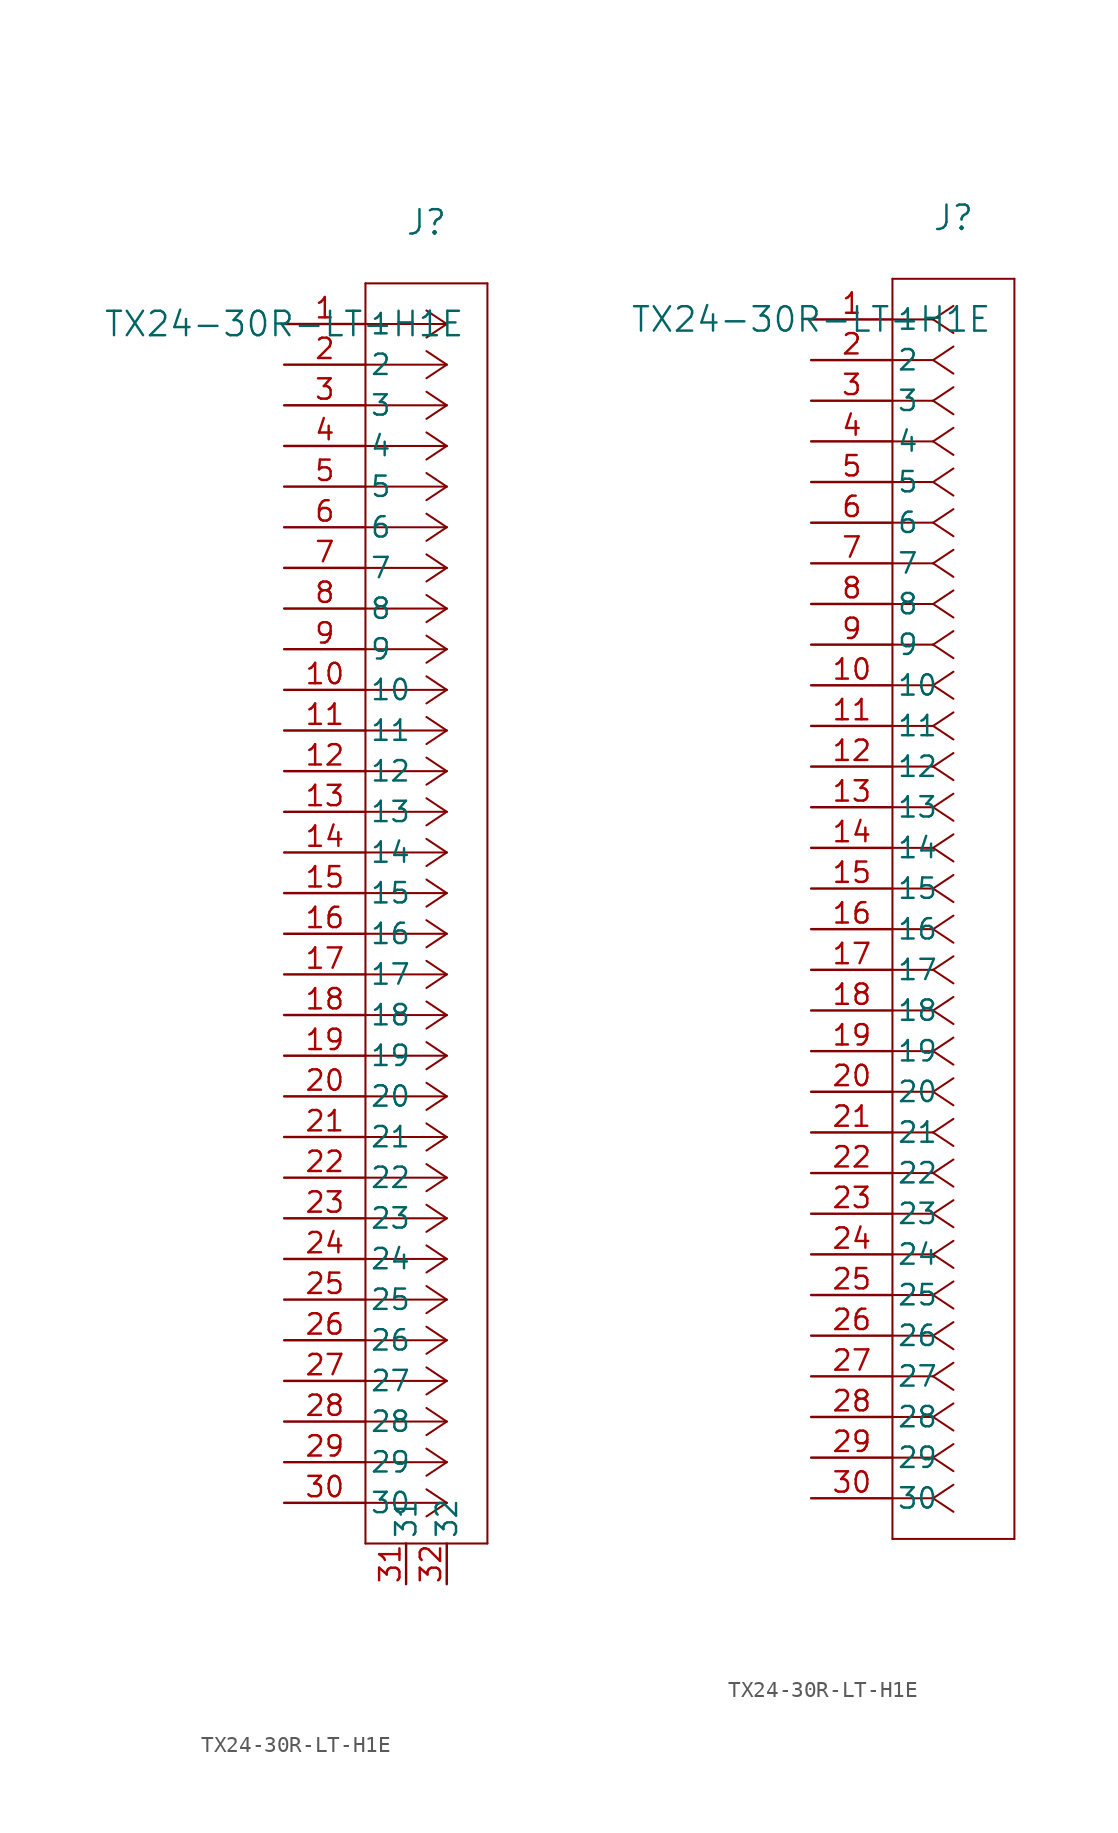
<source format=kicad_sym>
(kicad_symbol_lib
  (version 20231120)
  (generator "kicad_symbol_editor")
  (generator_version "8.0")
  (symbol "TX24-30R-LT-H1E"
    (pin_names
      (offset 0.254))
    (property "Reference" "J"
      (at 8.89 6.35 0)
      (effects (font (size 1.524 1.524))))
    (property "Value" "TX24-30R-LT-H1E"
      (at 0 0 0)
      (effects (font (size 1.524 1.524))))
    (property "ki_locked" ""
      (at 0 0 0)
      (effects (font (size 1.27 1.27))))
    (symbol "TX24-30R-LT-H1E_1_1"
      (polyline (pts (xy 5.08 -76.2) (xy 12.7 -76.2)) (stroke (width 0.127) (type default)) (fill (type none)))
      (polyline (pts (xy 5.08 2.54) (xy 5.08 -76.2)) (stroke (width 0.127) (type default)) (fill (type none)))
      (polyline (pts (xy 10.16 -73.66) (xy 5.08 -73.66)) (stroke (width 0.127) (type default)) (fill (type none)))
      (polyline (pts (xy 10.16 -73.66) (xy 8.89 -74.507)) (stroke (width 0.127) (type default)) (fill (type none)))
      (polyline (pts (xy 10.16 -73.66) (xy 8.89 -72.813)) (stroke (width 0.127) (type default)) (fill (type none)))
      (polyline (pts (xy 10.16 -71.12) (xy 5.08 -71.12)) (stroke (width 0.127) (type default)) (fill (type none)))
      (polyline (pts (xy 10.16 -71.12) (xy 8.89 -71.967)) (stroke (width 0.127) (type default)) (fill (type none)))
      (polyline (pts (xy 10.16 -71.12) (xy 8.89 -70.273)) (stroke (width 0.127) (type default)) (fill (type none)))
      (polyline (pts (xy 10.16 -68.58) (xy 5.08 -68.58)) (stroke (width 0.127) (type default)) (fill (type none)))
      (polyline (pts (xy 10.16 -68.58) (xy 8.89 -69.427)) (stroke (width 0.127) (type default)) (fill (type none)))
      (polyline (pts (xy 10.16 -68.58) (xy 8.89 -67.733)) (stroke (width 0.127) (type default)) (fill (type none)))
      (polyline (pts (xy 10.16 -66.04) (xy 5.08 -66.04)) (stroke (width 0.127) (type default)) (fill (type none)))
      (polyline (pts (xy 10.16 -66.04) (xy 8.89 -66.887)) (stroke (width 0.127) (type default)) (fill (type none)))
      (polyline (pts (xy 10.16 -66.04) (xy 8.89 -65.193)) (stroke (width 0.127) (type default)) (fill (type none)))
      (polyline (pts (xy 10.16 -63.5) (xy 5.08 -63.5)) (stroke (width 0.127) (type default)) (fill (type none)))
      (polyline (pts (xy 10.16 -63.5) (xy 8.89 -64.347)) (stroke (width 0.127) (type default)) (fill (type none)))
      (polyline (pts (xy 10.16 -63.5) (xy 8.89 -62.653)) (stroke (width 0.127) (type default)) (fill (type none)))
      (polyline (pts (xy 10.16 -60.96) (xy 5.08 -60.96)) (stroke (width 0.127) (type default)) (fill (type none)))
      (polyline (pts (xy 10.16 -60.96) (xy 8.89 -61.807)) (stroke (width 0.127) (type default)) (fill (type none)))
      (polyline (pts (xy 10.16 -60.96) (xy 8.89 -60.113)) (stroke (width 0.127) (type default)) (fill (type none)))
      (polyline (pts (xy 10.16 -58.42) (xy 5.08 -58.42)) (stroke (width 0.127) (type default)) (fill (type none)))
      (polyline (pts (xy 10.16 -58.42) (xy 8.89 -59.267)) (stroke (width 0.127) (type default)) (fill (type none)))
      (polyline (pts (xy 10.16 -58.42) (xy 8.89 -57.573)) (stroke (width 0.127) (type default)) (fill (type none)))
      (polyline (pts (xy 10.16 -55.88) (xy 5.08 -55.88)) (stroke (width 0.127) (type default)) (fill (type none)))
      (polyline (pts (xy 10.16 -55.88) (xy 8.89 -56.727)) (stroke (width 0.127) (type default)) (fill (type none)))
      (polyline (pts (xy 10.16 -55.88) (xy 8.89 -55.033)) (stroke (width 0.127) (type default)) (fill (type none)))
      (polyline (pts (xy 10.16 -53.34) (xy 5.08 -53.34)) (stroke (width 0.127) (type default)) (fill (type none)))
      (polyline (pts (xy 10.16 -53.34) (xy 8.89 -54.187)) (stroke (width 0.127) (type default)) (fill (type none)))
      (polyline (pts (xy 10.16 -53.34) (xy 8.89 -52.493)) (stroke (width 0.127) (type default)) (fill (type none)))
      (polyline (pts (xy 10.16 -50.8) (xy 5.08 -50.8)) (stroke (width 0.127) (type default)) (fill (type none)))
      (polyline (pts (xy 10.16 -50.8) (xy 8.89 -51.647)) (stroke (width 0.127) (type default)) (fill (type none)))
      (polyline (pts (xy 10.16 -50.8) (xy 8.89 -49.953)) (stroke (width 0.127) (type default)) (fill (type none)))
      (polyline (pts (xy 10.16 -48.26) (xy 5.08 -48.26)) (stroke (width 0.127) (type default)) (fill (type none)))
      (polyline (pts (xy 10.16 -48.26) (xy 8.89 -49.107)) (stroke (width 0.127) (type default)) (fill (type none)))
      (polyline (pts (xy 10.16 -48.26) (xy 8.89 -47.413)) (stroke (width 0.127) (type default)) (fill (type none)))
      (polyline (pts (xy 10.16 -45.72) (xy 5.08 -45.72)) (stroke (width 0.127) (type default)) (fill (type none)))
      (polyline (pts (xy 10.16 -45.72) (xy 8.89 -46.567)) (stroke (width 0.127) (type default)) (fill (type none)))
      (polyline (pts (xy 10.16 -45.72) (xy 8.89 -44.873)) (stroke (width 0.127) (type default)) (fill (type none)))
      (polyline (pts (xy 10.16 -43.18) (xy 5.08 -43.18)) (stroke (width 0.127) (type default)) (fill (type none)))
      (polyline (pts (xy 10.16 -43.18) (xy 8.89 -44.027)) (stroke (width 0.127) (type default)) (fill (type none)))
      (polyline (pts (xy 10.16 -43.18) (xy 8.89 -42.333)) (stroke (width 0.127) (type default)) (fill (type none)))
      (polyline (pts (xy 10.16 -40.64) (xy 5.08 -40.64)) (stroke (width 0.127) (type default)) (fill (type none)))
      (polyline (pts (xy 10.16 -40.64) (xy 8.89 -41.487)) (stroke (width 0.127) (type default)) (fill (type none)))
      (polyline (pts (xy 10.16 -40.64) (xy 8.89 -39.793)) (stroke (width 0.127) (type default)) (fill (type none)))
      (polyline (pts (xy 10.16 -38.1) (xy 5.08 -38.1)) (stroke (width 0.127) (type default)) (fill (type none)))
      (polyline (pts (xy 10.16 -38.1) (xy 8.89 -38.947)) (stroke (width 0.127) (type default)) (fill (type none)))
      (polyline (pts (xy 10.16 -38.1) (xy 8.89 -37.253)) (stroke (width 0.127) (type default)) (fill (type none)))
      (polyline (pts (xy 10.16 -35.56) (xy 5.08 -35.56)) (stroke (width 0.127) (type default)) (fill (type none)))
      (polyline (pts (xy 10.16 -35.56) (xy 8.89 -36.407)) (stroke (width 0.127) (type default)) (fill (type none)))
      (polyline (pts (xy 10.16 -35.56) (xy 8.89 -34.713)) (stroke (width 0.127) (type default)) (fill (type none)))
      (polyline (pts (xy 10.16 -33.02) (xy 5.08 -33.02)) (stroke (width 0.127) (type default)) (fill (type none)))
      (polyline (pts (xy 10.16 -33.02) (xy 8.89 -33.867)) (stroke (width 0.127) (type default)) (fill (type none)))
      (polyline (pts (xy 10.16 -33.02) (xy 8.89 -32.173)) (stroke (width 0.127) (type default)) (fill (type none)))
      (polyline (pts (xy 10.16 -30.48) (xy 5.08 -30.48)) (stroke (width 0.127) (type default)) (fill (type none)))
      (polyline (pts (xy 10.16 -30.48) (xy 8.89 -31.327)) (stroke (width 0.127) (type default)) (fill (type none)))
      (polyline (pts (xy 10.16 -30.48) (xy 8.89 -29.633)) (stroke (width 0.127) (type default)) (fill (type none)))
      (polyline (pts (xy 10.16 -27.94) (xy 5.08 -27.94)) (stroke (width 0.127) (type default)) (fill (type none)))
      (polyline (pts (xy 10.16 -27.94) (xy 8.89 -28.787)) (stroke (width 0.127) (type default)) (fill (type none)))
      (polyline (pts (xy 10.16 -27.94) (xy 8.89 -27.093)) (stroke (width 0.127) (type default)) (fill (type none)))
      (polyline (pts (xy 10.16 -25.4) (xy 5.08 -25.4)) (stroke (width 0.127) (type default)) (fill (type none)))
      (polyline (pts (xy 10.16 -25.4) (xy 8.89 -26.247)) (stroke (width 0.127) (type default)) (fill (type none)))
      (polyline (pts (xy 10.16 -25.4) (xy 8.89 -24.553)) (stroke (width 0.127) (type default)) (fill (type none)))
      (polyline (pts (xy 10.16 -22.86) (xy 5.08 -22.86)) (stroke (width 0.127) (type default)) (fill (type none)))
      (polyline (pts (xy 10.16 -22.86) (xy 8.89 -23.707)) (stroke (width 0.127) (type default)) (fill (type none)))
      (polyline (pts (xy 10.16 -22.86) (xy 8.89 -22.013)) (stroke (width 0.127) (type default)) (fill (type none)))
      (polyline (pts (xy 10.16 -20.32) (xy 5.08 -20.32)) (stroke (width 0.127) (type default)) (fill (type none)))
      (polyline (pts (xy 10.16 -20.32) (xy 8.89 -21.167)) (stroke (width 0.127) (type default)) (fill (type none)))
      (polyline (pts (xy 10.16 -20.32) (xy 8.89 -19.473)) (stroke (width 0.127) (type default)) (fill (type none)))
      (polyline (pts (xy 10.16 -17.78) (xy 5.08 -17.78)) (stroke (width 0.127) (type default)) (fill (type none)))
      (polyline (pts (xy 10.16 -17.78) (xy 8.89 -18.627)) (stroke (width 0.127) (type default)) (fill (type none)))
      (polyline (pts (xy 10.16 -17.78) (xy 8.89 -16.933)) (stroke (width 0.127) (type default)) (fill (type none)))
      (polyline (pts (xy 10.16 -15.24) (xy 5.08 -15.24)) (stroke (width 0.127) (type default)) (fill (type none)))
      (polyline (pts (xy 10.16 -15.24) (xy 8.89 -16.087)) (stroke (width 0.127) (type default)) (fill (type none)))
      (polyline (pts (xy 10.16 -15.24) (xy 8.89 -14.393)) (stroke (width 0.127) (type default)) (fill (type none)))
      (polyline (pts (xy 10.16 -12.7) (xy 5.08 -12.7)) (stroke (width 0.127) (type default)) (fill (type none)))
      (polyline (pts (xy 10.16 -12.7) (xy 8.89 -13.547)) (stroke (width 0.127) (type default)) (fill (type none)))
      (polyline (pts (xy 10.16 -12.7) (xy 8.89 -11.853)) (stroke (width 0.127) (type default)) (fill (type none)))
      (polyline (pts (xy 10.16 -10.16) (xy 5.08 -10.16)) (stroke (width 0.127) (type default)) (fill (type none)))
      (polyline (pts (xy 10.16 -10.16) (xy 8.89 -11.007)) (stroke (width 0.127) (type default)) (fill (type none)))
      (polyline (pts (xy 10.16 -10.16) (xy 8.89 -9.313)) (stroke (width 0.127) (type default)) (fill (type none)))
      (polyline (pts (xy 10.16 -7.62) (xy 5.08 -7.62)) (stroke (width 0.127) (type default)) (fill (type none)))
      (polyline (pts (xy 10.16 -7.62) (xy 8.89 -8.467)) (stroke (width 0.127) (type default)) (fill (type none)))
      (polyline (pts (xy 10.16 -7.62) (xy 8.89 -6.773)) (stroke (width 0.127) (type default)) (fill (type none)))
      (polyline (pts (xy 10.16 -5.08) (xy 5.08 -5.08)) (stroke (width 0.127) (type default)) (fill (type none)))
      (polyline (pts (xy 10.16 -5.08) (xy 8.89 -5.927)) (stroke (width 0.127) (type default)) (fill (type none)))
      (polyline (pts (xy 10.16 -5.08) (xy 8.89 -4.233)) (stroke (width 0.127) (type default)) (fill (type none)))
      (polyline (pts (xy 10.16 -2.54) (xy 5.08 -2.54)) (stroke (width 0.127) (type default)) (fill (type none)))
      (polyline (pts (xy 10.16 -2.54) (xy 8.89 -3.387)) (stroke (width 0.127) (type default)) (fill (type none)))
      (polyline (pts (xy 10.16 -2.54) (xy 8.89 -1.693)) (stroke (width 0.127) (type default)) (fill (type none)))
      (polyline (pts (xy 10.16 0) (xy 5.08 0)) (stroke (width 0.127) (type default)) (fill (type none)))
      (polyline (pts (xy 10.16 0) (xy 8.89 -0.847)) (stroke (width 0.127) (type default)) (fill (type none)))
      (polyline (pts (xy 10.16 0) (xy 8.89 0.847)) (stroke (width 0.127) (type default)) (fill (type none)))
      (polyline (pts (xy 12.7 -76.2) (xy 12.7 2.54)) (stroke (width 0.127) (type default)) (fill (type none)))
      (polyline (pts (xy 12.7 2.54) (xy 5.08 2.54)) (stroke (width 0.127) (type default)) (fill (type none)))
      (pin unspecified line (at 0 0 0) (length 5.08) (name "1" (effects (font (size 1.27 1.27)))) (number "1" (effects (font (size 1.27 1.27)))))
      (pin unspecified line (at 0 -22.86 0) (length 5.08) (name "10" (effects (font (size 1.27 1.27)))) (number "10" (effects (font (size 1.27 1.27)))))
      (pin unspecified line (at 0 -25.4 0) (length 5.08) (name "11" (effects (font (size 1.27 1.27)))) (number "11" (effects (font (size 1.27 1.27)))))
      (pin unspecified line (at 0 -27.94 0) (length 5.08) (name "12" (effects (font (size 1.27 1.27)))) (number "12" (effects (font (size 1.27 1.27)))))
      (pin unspecified line (at 0 -30.48 0) (length 5.08) (name "13" (effects (font (size 1.27 1.27)))) (number "13" (effects (font (size 1.27 1.27)))))
      (pin unspecified line (at 0 -33.02 0) (length 5.08) (name "14" (effects (font (size 1.27 1.27)))) (number "14" (effects (font (size 1.27 1.27)))))
      (pin unspecified line (at 0 -35.56 0) (length 5.08) (name "15" (effects (font (size 1.27 1.27)))) (number "15" (effects (font (size 1.27 1.27)))))
      (pin unspecified line (at 0 -38.1 0) (length 5.08) (name "16" (effects (font (size 1.27 1.27)))) (number "16" (effects (font (size 1.27 1.27)))))
      (pin unspecified line (at 0 -40.64 0) (length 5.08) (name "17" (effects (font (size 1.27 1.27)))) (number "17" (effects (font (size 1.27 1.27)))))
      (pin unspecified line (at 0 -43.18 0) (length 5.08) (name "18" (effects (font (size 1.27 1.27)))) (number "18" (effects (font (size 1.27 1.27)))))
      (pin unspecified line (at 0 -45.72 0) (length 5.08) (name "19" (effects (font (size 1.27 1.27)))) (number "19" (effects (font (size 1.27 1.27)))))
      (pin unspecified line (at 0 -2.54 0) (length 5.08) (name "2" (effects (font (size 1.27 1.27)))) (number "2" (effects (font (size 1.27 1.27)))))
      (pin unspecified line (at 0 -48.26 0) (length 5.08) (name "20" (effects (font (size 1.27 1.27)))) (number "20" (effects (font (size 1.27 1.27)))))
      (pin unspecified line (at 0 -50.8 0) (length 5.08) (name "21" (effects (font (size 1.27 1.27)))) (number "21" (effects (font (size 1.27 1.27)))))
      (pin unspecified line (at 0 -53.34 0) (length 5.08) (name "22" (effects (font (size 1.27 1.27)))) (number "22" (effects (font (size 1.27 1.27)))))
      (pin unspecified line (at 0 -55.88 0) (length 5.08) (name "23" (effects (font (size 1.27 1.27)))) (number "23" (effects (font (size 1.27 1.27)))))
      (pin unspecified line (at 0 -58.42 0) (length 5.08) (name "24" (effects (font (size 1.27 1.27)))) (number "24" (effects (font (size 1.27 1.27)))))
      (pin unspecified line (at 0 -60.96 0) (length 5.08) (name "25" (effects (font (size 1.27 1.27)))) (number "25" (effects (font (size 1.27 1.27)))))
      (pin unspecified line (at 0 -63.5 0) (length 5.08) (name "26" (effects (font (size 1.27 1.27)))) (number "26" (effects (font (size 1.27 1.27)))))
      (pin unspecified line (at 0 -66.04 0) (length 5.08) (name "27" (effects (font (size 1.27 1.27)))) (number "27" (effects (font (size 1.27 1.27)))))
      (pin unspecified line (at 0 -68.58 0) (length 5.08) (name "28" (effects (font (size 1.27 1.27)))) (number "28" (effects (font (size 1.27 1.27)))))
      (pin unspecified line (at 0 -71.12 0) (length 5.08) (name "29" (effects (font (size 1.27 1.27)))) (number "29" (effects (font (size 1.27 1.27)))))
      (pin unspecified line (at 0 -5.08 0) (length 5.08) (name "3" (effects (font (size 1.27 1.27)))) (number "3" (effects (font (size 1.27 1.27)))))
      (pin unspecified line (at 0 -73.66 0) (length 5.08) (name "30" (effects (font (size 1.27 1.27)))) (number "30" (effects (font (size 1.27 1.27)))))
      (pin unspecified line (at 7.62 -78.74 90) (length 2.54) (name "31" (effects (font (size 1.27 1.27)))) (number "31" (effects (font (size 1.27 1.27)))))
      (pin unspecified line (at 10.16 -78.74 90) (length 2.54) (name "32" (effects (font (size 1.27 1.27)))) (number "32" (effects (font (size 1.27 1.27)))))
      (pin unspecified line (at 0 -7.62 0) (length 5.08) (name "4" (effects (font (size 1.27 1.27)))) (number "4" (effects (font (size 1.27 1.27)))))
      (pin unspecified line (at 0 -10.16 0) (length 5.08) (name "5" (effects (font (size 1.27 1.27)))) (number "5" (effects (font (size 1.27 1.27)))))
      (pin unspecified line (at 0 -12.7 0) (length 5.08) (name "6" (effects (font (size 1.27 1.27)))) (number "6" (effects (font (size 1.27 1.27)))))
      (pin unspecified line (at 0 -15.24 0) (length 5.08) (name "7" (effects (font (size 1.27 1.27)))) (number "7" (effects (font (size 1.27 1.27)))))
      (pin unspecified line (at 0 -17.78 0) (length 5.08) (name "8" (effects (font (size 1.27 1.27)))) (number "8" (effects (font (size 1.27 1.27)))))
      (pin unspecified line (at 0 -20.32 0) (length 5.08) (name "9" (effects (font (size 1.27 1.27)))) (number "9" (effects (font (size 1.27 1.27))))))
    (symbol "TX24-30R-LT-H1E_1_2"
      (polyline (pts (xy 5.08 -76.2) (xy 12.7 -76.2)) (stroke (width 0.127) (type default)) (fill (type none)))
      (polyline (pts (xy 5.08 2.54) (xy 5.08 -76.2)) (stroke (width 0.127) (type default)) (fill (type none)))
      (polyline (pts (xy 7.62 -73.66) (xy 5.08 -73.66)) (stroke (width 0.127) (type default)) (fill (type none)))
      (polyline (pts (xy 7.62 -73.66) (xy 8.89 -74.507)) (stroke (width 0.127) (type default)) (fill (type none)))
      (polyline (pts (xy 7.62 -73.66) (xy 8.89 -72.813)) (stroke (width 0.127) (type default)) (fill (type none)))
      (polyline (pts (xy 7.62 -71.12) (xy 5.08 -71.12)) (stroke (width 0.127) (type default)) (fill (type none)))
      (polyline (pts (xy 7.62 -71.12) (xy 8.89 -71.967)) (stroke (width 0.127) (type default)) (fill (type none)))
      (polyline (pts (xy 7.62 -71.12) (xy 8.89 -70.273)) (stroke (width 0.127) (type default)) (fill (type none)))
      (polyline (pts (xy 7.62 -68.58) (xy 5.08 -68.58)) (stroke (width 0.127) (type default)) (fill (type none)))
      (polyline (pts (xy 7.62 -68.58) (xy 8.89 -69.427)) (stroke (width 0.127) (type default)) (fill (type none)))
      (polyline (pts (xy 7.62 -68.58) (xy 8.89 -67.733)) (stroke (width 0.127) (type default)) (fill (type none)))
      (polyline (pts (xy 7.62 -66.04) (xy 5.08 -66.04)) (stroke (width 0.127) (type default)) (fill (type none)))
      (polyline (pts (xy 7.62 -66.04) (xy 8.89 -66.887)) (stroke (width 0.127) (type default)) (fill (type none)))
      (polyline (pts (xy 7.62 -66.04) (xy 8.89 -65.193)) (stroke (width 0.127) (type default)) (fill (type none)))
      (polyline (pts (xy 7.62 -63.5) (xy 5.08 -63.5)) (stroke (width 0.127) (type default)) (fill (type none)))
      (polyline (pts (xy 7.62 -63.5) (xy 8.89 -64.347)) (stroke (width 0.127) (type default)) (fill (type none)))
      (polyline (pts (xy 7.62 -63.5) (xy 8.89 -62.653)) (stroke (width 0.127) (type default)) (fill (type none)))
      (polyline (pts (xy 7.62 -60.96) (xy 5.08 -60.96)) (stroke (width 0.127) (type default)) (fill (type none)))
      (polyline (pts (xy 7.62 -60.96) (xy 8.89 -61.807)) (stroke (width 0.127) (type default)) (fill (type none)))
      (polyline (pts (xy 7.62 -60.96) (xy 8.89 -60.113)) (stroke (width 0.127) (type default)) (fill (type none)))
      (polyline (pts (xy 7.62 -58.42) (xy 5.08 -58.42)) (stroke (width 0.127) (type default)) (fill (type none)))
      (polyline (pts (xy 7.62 -58.42) (xy 8.89 -59.267)) (stroke (width 0.127) (type default)) (fill (type none)))
      (polyline (pts (xy 7.62 -58.42) (xy 8.89 -57.573)) (stroke (width 0.127) (type default)) (fill (type none)))
      (polyline (pts (xy 7.62 -55.88) (xy 5.08 -55.88)) (stroke (width 0.127) (type default)) (fill (type none)))
      (polyline (pts (xy 7.62 -55.88) (xy 8.89 -56.727)) (stroke (width 0.127) (type default)) (fill (type none)))
      (polyline (pts (xy 7.62 -55.88) (xy 8.89 -55.033)) (stroke (width 0.127) (type default)) (fill (type none)))
      (polyline (pts (xy 7.62 -53.34) (xy 5.08 -53.34)) (stroke (width 0.127) (type default)) (fill (type none)))
      (polyline (pts (xy 7.62 -53.34) (xy 8.89 -54.187)) (stroke (width 0.127) (type default)) (fill (type none)))
      (polyline (pts (xy 7.62 -53.34) (xy 8.89 -52.493)) (stroke (width 0.127) (type default)) (fill (type none)))
      (polyline (pts (xy 7.62 -50.8) (xy 5.08 -50.8)) (stroke (width 0.127) (type default)) (fill (type none)))
      (polyline (pts (xy 7.62 -50.8) (xy 8.89 -51.647)) (stroke (width 0.127) (type default)) (fill (type none)))
      (polyline (pts (xy 7.62 -50.8) (xy 8.89 -49.953)) (stroke (width 0.127) (type default)) (fill (type none)))
      (polyline (pts (xy 7.62 -48.26) (xy 5.08 -48.26)) (stroke (width 0.127) (type default)) (fill (type none)))
      (polyline (pts (xy 7.62 -48.26) (xy 8.89 -49.107)) (stroke (width 0.127) (type default)) (fill (type none)))
      (polyline (pts (xy 7.62 -48.26) (xy 8.89 -47.413)) (stroke (width 0.127) (type default)) (fill (type none)))
      (polyline (pts (xy 7.62 -45.72) (xy 5.08 -45.72)) (stroke (width 0.127) (type default)) (fill (type none)))
      (polyline (pts (xy 7.62 -45.72) (xy 8.89 -46.567)) (stroke (width 0.127) (type default)) (fill (type none)))
      (polyline (pts (xy 7.62 -45.72) (xy 8.89 -44.873)) (stroke (width 0.127) (type default)) (fill (type none)))
      (polyline (pts (xy 7.62 -43.18) (xy 5.08 -43.18)) (stroke (width 0.127) (type default)) (fill (type none)))
      (polyline (pts (xy 7.62 -43.18) (xy 8.89 -44.027)) (stroke (width 0.127) (type default)) (fill (type none)))
      (polyline (pts (xy 7.62 -43.18) (xy 8.89 -42.333)) (stroke (width 0.127) (type default)) (fill (type none)))
      (polyline (pts (xy 7.62 -40.64) (xy 5.08 -40.64)) (stroke (width 0.127) (type default)) (fill (type none)))
      (polyline (pts (xy 7.62 -40.64) (xy 8.89 -41.487)) (stroke (width 0.127) (type default)) (fill (type none)))
      (polyline (pts (xy 7.62 -40.64) (xy 8.89 -39.793)) (stroke (width 0.127) (type default)) (fill (type none)))
      (polyline (pts (xy 7.62 -38.1) (xy 5.08 -38.1)) (stroke (width 0.127) (type default)) (fill (type none)))
      (polyline (pts (xy 7.62 -38.1) (xy 8.89 -38.947)) (stroke (width 0.127) (type default)) (fill (type none)))
      (polyline (pts (xy 7.62 -38.1) (xy 8.89 -37.253)) (stroke (width 0.127) (type default)) (fill (type none)))
      (polyline (pts (xy 7.62 -35.56) (xy 5.08 -35.56)) (stroke (width 0.127) (type default)) (fill (type none)))
      (polyline (pts (xy 7.62 -35.56) (xy 8.89 -36.407)) (stroke (width 0.127) (type default)) (fill (type none)))
      (polyline (pts (xy 7.62 -35.56) (xy 8.89 -34.713)) (stroke (width 0.127) (type default)) (fill (type none)))
      (polyline (pts (xy 7.62 -33.02) (xy 5.08 -33.02)) (stroke (width 0.127) (type default)) (fill (type none)))
      (polyline (pts (xy 7.62 -33.02) (xy 8.89 -33.867)) (stroke (width 0.127) (type default)) (fill (type none)))
      (polyline (pts (xy 7.62 -33.02) (xy 8.89 -32.173)) (stroke (width 0.127) (type default)) (fill (type none)))
      (polyline (pts (xy 7.62 -30.48) (xy 5.08 -30.48)) (stroke (width 0.127) (type default)) (fill (type none)))
      (polyline (pts (xy 7.62 -30.48) (xy 8.89 -31.327)) (stroke (width 0.127) (type default)) (fill (type none)))
      (polyline (pts (xy 7.62 -30.48) (xy 8.89 -29.633)) (stroke (width 0.127) (type default)) (fill (type none)))
      (polyline (pts (xy 7.62 -27.94) (xy 5.08 -27.94)) (stroke (width 0.127) (type default)) (fill (type none)))
      (polyline (pts (xy 7.62 -27.94) (xy 8.89 -28.787)) (stroke (width 0.127) (type default)) (fill (type none)))
      (polyline (pts (xy 7.62 -27.94) (xy 8.89 -27.093)) (stroke (width 0.127) (type default)) (fill (type none)))
      (polyline (pts (xy 7.62 -25.4) (xy 5.08 -25.4)) (stroke (width 0.127) (type default)) (fill (type none)))
      (polyline (pts (xy 7.62 -25.4) (xy 8.89 -26.247)) (stroke (width 0.127) (type default)) (fill (type none)))
      (polyline (pts (xy 7.62 -25.4) (xy 8.89 -24.553)) (stroke (width 0.127) (type default)) (fill (type none)))
      (polyline (pts (xy 7.62 -22.86) (xy 5.08 -22.86)) (stroke (width 0.127) (type default)) (fill (type none)))
      (polyline (pts (xy 7.62 -22.86) (xy 8.89 -23.707)) (stroke (width 0.127) (type default)) (fill (type none)))
      (polyline (pts (xy 7.62 -22.86) (xy 8.89 -22.013)) (stroke (width 0.127) (type default)) (fill (type none)))
      (polyline (pts (xy 7.62 -20.32) (xy 5.08 -20.32)) (stroke (width 0.127) (type default)) (fill (type none)))
      (polyline (pts (xy 7.62 -20.32) (xy 8.89 -21.167)) (stroke (width 0.127) (type default)) (fill (type none)))
      (polyline (pts (xy 7.62 -20.32) (xy 8.89 -19.473)) (stroke (width 0.127) (type default)) (fill (type none)))
      (polyline (pts (xy 7.62 -17.78) (xy 5.08 -17.78)) (stroke (width 0.127) (type default)) (fill (type none)))
      (polyline (pts (xy 7.62 -17.78) (xy 8.89 -18.627)) (stroke (width 0.127) (type default)) (fill (type none)))
      (polyline (pts (xy 7.62 -17.78) (xy 8.89 -16.933)) (stroke (width 0.127) (type default)) (fill (type none)))
      (polyline (pts (xy 7.62 -15.24) (xy 5.08 -15.24)) (stroke (width 0.127) (type default)) (fill (type none)))
      (polyline (pts (xy 7.62 -15.24) (xy 8.89 -16.087)) (stroke (width 0.127) (type default)) (fill (type none)))
      (polyline (pts (xy 7.62 -15.24) (xy 8.89 -14.393)) (stroke (width 0.127) (type default)) (fill (type none)))
      (polyline (pts (xy 7.62 -12.7) (xy 5.08 -12.7)) (stroke (width 0.127) (type default)) (fill (type none)))
      (polyline (pts (xy 7.62 -12.7) (xy 8.89 -13.547)) (stroke (width 0.127) (type default)) (fill (type none)))
      (polyline (pts (xy 7.62 -12.7) (xy 8.89 -11.853)) (stroke (width 0.127) (type default)) (fill (type none)))
      (polyline (pts (xy 7.62 -10.16) (xy 5.08 -10.16)) (stroke (width 0.127) (type default)) (fill (type none)))
      (polyline (pts (xy 7.62 -10.16) (xy 8.89 -11.007)) (stroke (width 0.127) (type default)) (fill (type none)))
      (polyline (pts (xy 7.62 -10.16) (xy 8.89 -9.313)) (stroke (width 0.127) (type default)) (fill (type none)))
      (polyline (pts (xy 7.62 -7.62) (xy 5.08 -7.62)) (stroke (width 0.127) (type default)) (fill (type none)))
      (polyline (pts (xy 7.62 -7.62) (xy 8.89 -8.467)) (stroke (width 0.127) (type default)) (fill (type none)))
      (polyline (pts (xy 7.62 -7.62) (xy 8.89 -6.773)) (stroke (width 0.127) (type default)) (fill (type none)))
      (polyline (pts (xy 7.62 -5.08) (xy 5.08 -5.08)) (stroke (width 0.127) (type default)) (fill (type none)))
      (polyline (pts (xy 7.62 -5.08) (xy 8.89 -5.927)) (stroke (width 0.127) (type default)) (fill (type none)))
      (polyline (pts (xy 7.62 -5.08) (xy 8.89 -4.233)) (stroke (width 0.127) (type default)) (fill (type none)))
      (polyline (pts (xy 7.62 -2.54) (xy 5.08 -2.54)) (stroke (width 0.127) (type default)) (fill (type none)))
      (polyline (pts (xy 7.62 -2.54) (xy 8.89 -3.387)) (stroke (width 0.127) (type default)) (fill (type none)))
      (polyline (pts (xy 7.62 -2.54) (xy 8.89 -1.693)) (stroke (width 0.127) (type default)) (fill (type none)))
      (polyline (pts (xy 7.62 0) (xy 5.08 0)) (stroke (width 0.127) (type default)) (fill (type none)))
      (polyline (pts (xy 7.62 0) (xy 8.89 -0.847)) (stroke (width 0.127) (type default)) (fill (type none)))
      (polyline (pts (xy 7.62 0) (xy 8.89 0.847)) (stroke (width 0.127) (type default)) (fill (type none)))
      (polyline (pts (xy 12.7 -76.2) (xy 12.7 2.54)) (stroke (width 0.127) (type default)) (fill (type none)))
      (polyline (pts (xy 12.7 2.54) (xy 5.08 2.54)) (stroke (width 0.127) (type default)) (fill (type none)))
      (pin unspecified line (at 0 0 0) (length 5.08) (name "1" (effects (font (size 1.27 1.27)))) (number "1" (effects (font (size 1.27 1.27)))))
      (pin unspecified line (at 0 -22.86 0) (length 5.08) (name "10" (effects (font (size 1.27 1.27)))) (number "10" (effects (font (size 1.27 1.27)))))
      (pin unspecified line (at 0 -25.4 0) (length 5.08) (name "11" (effects (font (size 1.27 1.27)))) (number "11" (effects (font (size 1.27 1.27)))))
      (pin unspecified line (at 0 -27.94 0) (length 5.08) (name "12" (effects (font (size 1.27 1.27)))) (number "12" (effects (font (size 1.27 1.27)))))
      (pin unspecified line (at 0 -30.48 0) (length 5.08) (name "13" (effects (font (size 1.27 1.27)))) (number "13" (effects (font (size 1.27 1.27)))))
      (pin unspecified line (at 0 -33.02 0) (length 5.08) (name "14" (effects (font (size 1.27 1.27)))) (number "14" (effects (font (size 1.27 1.27)))))
      (pin unspecified line (at 0 -35.56 0) (length 5.08) (name "15" (effects (font (size 1.27 1.27)))) (number "15" (effects (font (size 1.27 1.27)))))
      (pin unspecified line (at 0 -38.1 0) (length 5.08) (name "16" (effects (font (size 1.27 1.27)))) (number "16" (effects (font (size 1.27 1.27)))))
      (pin unspecified line (at 0 -40.64 0) (length 5.08) (name "17" (effects (font (size 1.27 1.27)))) (number "17" (effects (font (size 1.27 1.27)))))
      (pin unspecified line (at 0 -43.18 0) (length 5.08) (name "18" (effects (font (size 1.27 1.27)))) (number "18" (effects (font (size 1.27 1.27)))))
      (pin unspecified line (at 0 -45.72 0) (length 5.08) (name "19" (effects (font (size 1.27 1.27)))) (number "19" (effects (font (size 1.27 1.27)))))
      (pin unspecified line (at 0 -2.54 0) (length 5.08) (name "2" (effects (font (size 1.27 1.27)))) (number "2" (effects (font (size 1.27 1.27)))))
      (pin unspecified line (at 0 -48.26 0) (length 5.08) (name "20" (effects (font (size 1.27 1.27)))) (number "20" (effects (font (size 1.27 1.27)))))
      (pin unspecified line (at 0 -50.8 0) (length 5.08) (name "21" (effects (font (size 1.27 1.27)))) (number "21" (effects (font (size 1.27 1.27)))))
      (pin unspecified line (at 0 -53.34 0) (length 5.08) (name "22" (effects (font (size 1.27 1.27)))) (number "22" (effects (font (size 1.27 1.27)))))
      (pin unspecified line (at 0 -55.88 0) (length 5.08) (name "23" (effects (font (size 1.27 1.27)))) (number "23" (effects (font (size 1.27 1.27)))))
      (pin unspecified line (at 0 -58.42 0) (length 5.08) (name "24" (effects (font (size 1.27 1.27)))) (number "24" (effects (font (size 1.27 1.27)))))
      (pin unspecified line (at 0 -60.96 0) (length 5.08) (name "25" (effects (font (size 1.27 1.27)))) (number "25" (effects (font (size 1.27 1.27)))))
      (pin unspecified line (at 0 -63.5 0) (length 5.08) (name "26" (effects (font (size 1.27 1.27)))) (number "26" (effects (font (size 1.27 1.27)))))
      (pin unspecified line (at 0 -66.04 0) (length 5.08) (name "27" (effects (font (size 1.27 1.27)))) (number "27" (effects (font (size 1.27 1.27)))))
      (pin unspecified line (at 0 -68.58 0) (length 5.08) (name "28" (effects (font (size 1.27 1.27)))) (number "28" (effects (font (size 1.27 1.27)))))
      (pin unspecified line (at 0 -71.12 0) (length 5.08) (name "29" (effects (font (size 1.27 1.27)))) (number "29" (effects (font (size 1.27 1.27)))))
      (pin unspecified line (at 0 -5.08 0) (length 5.08) (name "3" (effects (font (size 1.27 1.27)))) (number "3" (effects (font (size 1.27 1.27)))))
      (pin unspecified line (at 0 -73.66 0) (length 5.08) (name "30" (effects (font (size 1.27 1.27)))) (number "30" (effects (font (size 1.27 1.27)))))
      (pin unspecified line (at 0 -7.62 0) (length 5.08) (name "4" (effects (font (size 1.27 1.27)))) (number "4" (effects (font (size 1.27 1.27)))))
      (pin unspecified line (at 0 -10.16 0) (length 5.08) (name "5" (effects (font (size 1.27 1.27)))) (number "5" (effects (font (size 1.27 1.27)))))
      (pin unspecified line (at 0 -12.7 0) (length 5.08) (name "6" (effects (font (size 1.27 1.27)))) (number "6" (effects (font (size 1.27 1.27)))))
      (pin unspecified line (at 0 -15.24 0) (length 5.08) (name "7" (effects (font (size 1.27 1.27)))) (number "7" (effects (font (size 1.27 1.27)))))
      (pin unspecified line (at 0 -17.78 0) (length 5.08) (name "8" (effects (font (size 1.27 1.27)))) (number "8" (effects (font (size 1.27 1.27)))))
      (pin unspecified line (at 0 -20.32 0) (length 5.08) (name "9" (effects (font (size 1.27 1.27)))) (number "9" (effects (font (size 1.27 1.27))))))))
</source>
